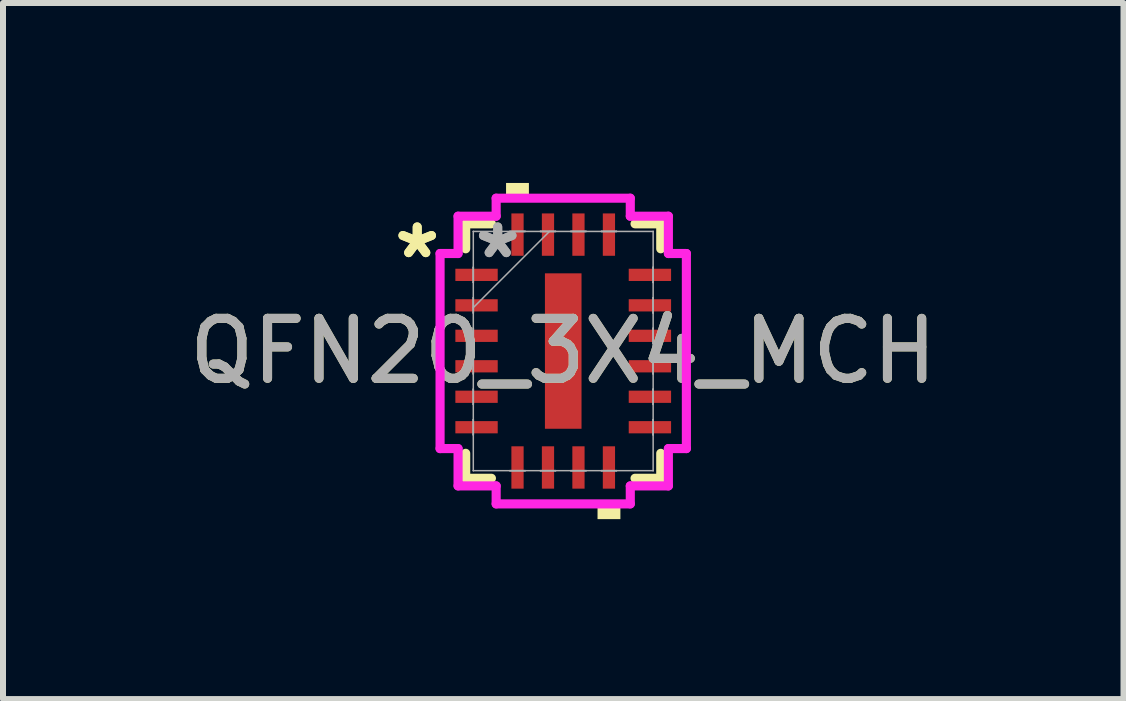
<source format=kicad_pcb>
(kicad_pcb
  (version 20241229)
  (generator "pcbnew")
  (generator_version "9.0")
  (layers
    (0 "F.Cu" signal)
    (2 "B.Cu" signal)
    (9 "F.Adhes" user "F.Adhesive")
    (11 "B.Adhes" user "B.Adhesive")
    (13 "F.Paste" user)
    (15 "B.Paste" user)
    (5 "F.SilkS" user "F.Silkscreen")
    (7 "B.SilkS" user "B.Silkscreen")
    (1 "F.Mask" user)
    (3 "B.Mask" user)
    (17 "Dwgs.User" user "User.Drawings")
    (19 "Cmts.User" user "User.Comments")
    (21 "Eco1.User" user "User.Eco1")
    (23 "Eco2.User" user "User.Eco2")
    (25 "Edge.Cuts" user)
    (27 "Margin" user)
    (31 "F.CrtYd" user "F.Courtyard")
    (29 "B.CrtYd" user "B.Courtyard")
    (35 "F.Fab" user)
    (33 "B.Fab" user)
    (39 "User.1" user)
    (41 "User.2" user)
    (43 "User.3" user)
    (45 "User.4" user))
  (footprint "QFN20_3X4_MCH"
    (layer "F.Cu")
    (at 6.339 2.802)
    (property "Reference" "QFN20_3X4_MCH" (at 0 0 0) (unlocked yes) (layer "F.SilkS") (effects (font (size 1 1) (thickness 0.15))))
    (attr smd)
    (fp_line (start -1.626 -2.121) (end -1.626 -1.705) (stroke (width 0.152) (type solid)) (layer "F.SilkS"))
    (fp_line (start -1.626 1.705) (end -1.626 2.121) (stroke (width 0.152) (type solid)) (layer "F.SilkS"))
    (fp_line (start -1.626 2.121) (end -1.197 2.121) (stroke (width 0.152) (type solid)) (layer "F.SilkS"))
    (fp_line (start -1.197 -2.121) (end -1.626 -2.121) (stroke (width 0.152) (type solid)) (layer "F.SilkS"))
    (fp_line (start 1.197 2.121) (end 1.626 2.121) (stroke (width 0.152) (type solid)) (layer "F.SilkS"))
    (fp_line (start 1.626 -2.121) (end 1.197 -2.121) (stroke (width 0.152) (type solid)) (layer "F.SilkS"))
    (fp_line (start 1.626 -1.705) (end 1.626 -2.121) (stroke (width 0.152) (type solid)) (layer "F.SilkS"))
    (fp_line (start 1.626 2.121) (end 1.626 1.705) (stroke (width 0.152) (type solid)) (layer "F.SilkS"))
    (fp_poly (pts (xy -0.953 -2.548) (xy -0.953 -2.802) (xy -0.572 -2.802) (xy -0.572 -2.548)) (stroke (width 0) (type solid)) (fill yes) (layer "F.SilkS"))
    (fp_poly (pts (xy 0.572 2.548) (xy 0.572 2.802) (xy 0.953 2.802) (xy 0.953 2.548)) (stroke (width 0) (type solid)) (fill yes) (layer "F.SilkS"))
    (fp_poly (pts (xy -0.205 -1.195) (xy -0.205 -0.1) (xy 0.205 -0.1) (xy 0.205 -1.195)) (stroke (width 0) (type solid)) (fill yes) (layer "F.Paste"))
    (fp_poly (pts (xy -0.205 0.1) (xy -0.205 1.195) (xy 0.205 1.195) (xy 0.205 0.1)) (stroke (width 0) (type solid)) (fill yes) (layer "F.Paste"))
    (fp_line (start -2.053 -1.626) (end -1.753 -1.626) (stroke (width 0.152) (type solid)) (layer "F.CrtYd"))
    (fp_line (start -2.053 1.626) (end -2.053 -1.626) (stroke (width 0.152) (type solid)) (layer "F.CrtYd"))
    (fp_line (start -1.753 -2.248) (end -1.118 -2.248) (stroke (width 0.152) (type solid)) (layer "F.CrtYd"))
    (fp_line (start -1.753 -1.626) (end -1.753 -2.248) (stroke (width 0.152) (type solid)) (layer "F.CrtYd"))
    (fp_line (start -1.753 1.626) (end -2.053 1.626) (stroke (width 0.152) (type solid)) (layer "F.CrtYd"))
    (fp_line (start -1.753 2.248) (end -1.753 1.626) (stroke (width 0.152) (type solid)) (layer "F.CrtYd"))
    (fp_line (start -1.118 -2.548) (end 1.118 -2.548) (stroke (width 0.152) (type solid)) (layer "F.CrtYd"))
    (fp_line (start -1.118 -2.248) (end -1.118 -2.548) (stroke (width 0.152) (type solid)) (layer "F.CrtYd"))
    (fp_line (start -1.118 2.248) (end -1.753 2.248) (stroke (width 0.152) (type solid)) (layer "F.CrtYd"))
    (fp_line (start -1.118 2.548) (end -1.118 2.248) (stroke (width 0.152) (type solid)) (layer "F.CrtYd"))
    (fp_line (start 1.118 -2.548) (end 1.118 -2.248) (stroke (width 0.152) (type solid)) (layer "F.CrtYd"))
    (fp_line (start 1.118 -2.248) (end 1.753 -2.248) (stroke (width 0.152) (type solid)) (layer "F.CrtYd"))
    (fp_line (start 1.118 2.248) (end 1.118 2.548) (stroke (width 0.152) (type solid)) (layer "F.CrtYd"))
    (fp_line (start 1.118 2.548) (end -1.118 2.548) (stroke (width 0.152) (type solid)) (layer "F.CrtYd"))
    (fp_line (start 1.753 -2.248) (end 1.753 -1.626) (stroke (width 0.152) (type solid)) (layer "F.CrtYd"))
    (fp_line (start 1.753 -1.626) (end 2.053 -1.626) (stroke (width 0.152) (type solid)) (layer "F.CrtYd"))
    (fp_line (start 1.753 1.626) (end 1.753 2.248) (stroke (width 0.152) (type solid)) (layer "F.CrtYd"))
    (fp_line (start 1.753 2.248) (end 1.118 2.248) (stroke (width 0.152) (type solid)) (layer "F.CrtYd"))
    (fp_line (start 2.053 -1.626) (end 2.053 1.626) (stroke (width 0.152) (type solid)) (layer "F.CrtYd"))
    (fp_line (start 2.053 1.626) (end 1.753 1.626) (stroke (width 0.152) (type solid)) (layer "F.CrtYd"))
    (fp_line (start -1.499 -1.994) (end -1.499 -1.994) (stroke (width 0.025) (type solid)) (layer "F.Fab"))
    (fp_line (start -1.499 -1.994) (end -1.499 1.994) (stroke (width 0.025) (type solid)) (layer "F.Fab"))
    (fp_line (start -1.499 -1.397) (end -1.499 -1.397) (stroke (width 0.025) (type solid)) (layer "F.Fab"))
    (fp_line (start -1.499 -1.397) (end -1.499 -1.143) (stroke (width 0.025) (type solid)) (layer "F.Fab"))
    (fp_line (start -1.499 -1.143) (end -1.499 -1.397) (stroke (width 0.025) (type solid)) (layer "F.Fab"))
    (fp_line (start -1.499 -1.143) (end -1.499 -1.143) (stroke (width 0.025) (type solid)) (layer "F.Fab"))
    (fp_line (start -1.499 -0.889) (end -1.499 -0.889) (stroke (width 0.025) (type solid)) (layer "F.Fab"))
    (fp_line (start -1.499 -0.889) (end -1.499 -0.635) (stroke (width 0.025) (type solid)) (layer "F.Fab"))
    (fp_line (start -1.499 -0.724) (end -0.229 -1.994) (stroke (width 0.025) (type solid)) (layer "F.Fab"))
    (fp_line (start -1.499 -0.635) (end -1.499 -0.889) (stroke (width 0.025) (type solid)) (layer "F.Fab"))
    (fp_line (start -1.499 -0.635) (end -1.499 -0.635) (stroke (width 0.025) (type solid)) (layer "F.Fab"))
    (fp_line (start -1.499 -0.381) (end -1.499 -0.381) (stroke (width 0.025) (type solid)) (layer "F.Fab"))
    (fp_line (start -1.499 -0.381) (end -1.499 -0.127) (stroke (width 0.025) (type solid)) (layer "F.Fab"))
    (fp_line (start -1.499 -0.127) (end -1.499 -0.381) (stroke (width 0.025) (type solid)) (layer "F.Fab"))
    (fp_line (start -1.499 -0.127) (end -1.499 -0.127) (stroke (width 0.025) (type solid)) (layer "F.Fab"))
    (fp_line (start -1.499 0.127) (end -1.499 0.127) (stroke (width 0.025) (type solid)) (layer "F.Fab"))
    (fp_line (start -1.499 0.127) (end -1.499 0.381) (stroke (width 0.025) (type solid)) (layer "F.Fab"))
    (fp_line (start -1.499 0.381) (end -1.499 0.127) (stroke (width 0.025) (type solid)) (layer "F.Fab"))
    (fp_line (start -1.499 0.381) (end -1.499 0.381) (stroke (width 0.025) (type solid)) (layer "F.Fab"))
    (fp_line (start -1.499 0.635) (end -1.499 0.635) (stroke (width 0.025) (type solid)) (layer "F.Fab"))
    (fp_line (start -1.499 0.635) (end -1.499 0.889) (stroke (width 0.025) (type solid)) (layer "F.Fab"))
    (fp_line (start -1.499 0.889) (end -1.499 0.635) (stroke (width 0.025) (type solid)) (layer "F.Fab"))
    (fp_line (start -1.499 0.889) (end -1.499 0.889) (stroke (width 0.025) (type solid)) (layer "F.Fab"))
    (fp_line (start -1.499 1.143) (end -1.499 1.143) (stroke (width 0.025) (type solid)) (layer "F.Fab"))
    (fp_line (start -1.499 1.143) (end -1.499 1.397) (stroke (width 0.025) (type solid)) (layer "F.Fab"))
    (fp_line (start -1.499 1.397) (end -1.499 1.143) (stroke (width 0.025) (type solid)) (layer "F.Fab"))
    (fp_line (start -1.499 1.397) (end -1.499 1.397) (stroke (width 0.025) (type solid)) (layer "F.Fab"))
    (fp_line (start -1.499 1.994) (end -1.499 1.994) (stroke (width 0.025) (type solid)) (layer "F.Fab"))
    (fp_line (start -1.499 1.994) (end 1.499 1.994) (stroke (width 0.025) (type solid)) (layer "F.Fab"))
    (fp_line (start -0.889 -1.994) (end -0.889 -1.994) (stroke (width 0.025) (type solid)) (layer "F.Fab"))
    (fp_line (start -0.889 -1.994) (end -0.635 -1.994) (stroke (width 0.025) (type solid)) (layer "F.Fab"))
    (fp_line (start -0.889 1.994) (end -0.889 1.994) (stroke (width 0.025) (type solid)) (layer "F.Fab"))
    (fp_line (start -0.889 1.994) (end -0.635 1.994) (stroke (width 0.025) (type solid)) (layer "F.Fab"))
    (fp_line (start -0.635 -1.994) (end -0.889 -1.994) (stroke (width 0.025) (type solid)) (layer "F.Fab"))
    (fp_line (start -0.635 -1.994) (end -0.635 -1.994) (stroke (width 0.025) (type solid)) (layer "F.Fab"))
    (fp_line (start -0.635 1.994) (end -0.889 1.994) (stroke (width 0.025) (type solid)) (layer "F.Fab"))
    (fp_line (start -0.635 1.994) (end -0.635 1.994) (stroke (width 0.025) (type solid)) (layer "F.Fab"))
    (fp_line (start -0.381 -1.994) (end -0.381 -1.994) (stroke (width 0.025) (type solid)) (layer "F.Fab"))
    (fp_line (start -0.381 -1.994) (end -0.127 -1.994) (stroke (width 0.025) (type solid)) (layer "F.Fab"))
    (fp_line (start -0.381 1.994) (end -0.381 1.994) (stroke (width 0.025) (type solid)) (layer "F.Fab"))
    (fp_line (start -0.381 1.994) (end -0.127 1.994) (stroke (width 0.025) (type solid)) (layer "F.Fab"))
    (fp_line (start -0.127 -1.994) (end -0.381 -1.994) (stroke (width 0.025) (type solid)) (layer "F.Fab"))
    (fp_line (start -0.127 -1.994) (end -0.127 -1.994) (stroke (width 0.025) (type solid)) (layer "F.Fab"))
    (fp_line (start -0.127 1.994) (end -0.381 1.994) (stroke (width 0.025) (type solid)) (layer "F.Fab"))
    (fp_line (start -0.127 1.994) (end -0.127 1.994) (stroke (width 0.025) (type solid)) (layer "F.Fab"))
    (fp_line (start 0.127 -1.994) (end 0.127 -1.994) (stroke (width 0.025) (type solid)) (layer "F.Fab"))
    (fp_line (start 0.127 -1.994) (end 0.381 -1.994) (stroke (width 0.025) (type solid)) (layer "F.Fab"))
    (fp_line (start 0.127 1.994) (end 0.127 1.994) (stroke (width 0.025) (type solid)) (layer "F.Fab"))
    (fp_line (start 0.127 1.994) (end 0.381 1.994) (stroke (width 0.025) (type solid)) (layer "F.Fab"))
    (fp_line (start 0.381 -1.994) (end 0.127 -1.994) (stroke (width 0.025) (type solid)) (layer "F.Fab"))
    (fp_line (start 0.381 -1.994) (end 0.381 -1.994) (stroke (width 0.025) (type solid)) (layer "F.Fab"))
    (fp_line (start 0.381 1.994) (end 0.127 1.994) (stroke (width 0.025) (type solid)) (layer "F.Fab"))
    (fp_line (start 0.381 1.994) (end 0.381 1.994) (stroke (width 0.025) (type solid)) (layer "F.Fab"))
    (fp_line (start 0.635 -1.994) (end 0.635 -1.994) (stroke (width 0.025) (type solid)) (layer "F.Fab"))
    (fp_line (start 0.635 -1.994) (end 0.889 -1.994) (stroke (width 0.025) (type solid)) (layer "F.Fab"))
    (fp_line (start 0.635 1.994) (end 0.635 1.994) (stroke (width 0.025) (type solid)) (layer "F.Fab"))
    (fp_line (start 0.635 1.994) (end 0.889 1.994) (stroke (width 0.025) (type solid)) (layer "F.Fab"))
    (fp_line (start 0.889 -1.994) (end 0.635 -1.994) (stroke (width 0.025) (type solid)) (layer "F.Fab"))
    (fp_line (start 0.889 -1.994) (end 0.889 -1.994) (stroke (width 0.025) (type solid)) (layer "F.Fab"))
    (fp_line (start 0.889 1.994) (end 0.635 1.994) (stroke (width 0.025) (type solid)) (layer "F.Fab"))
    (fp_line (start 0.889 1.994) (end 0.889 1.994) (stroke (width 0.025) (type solid)) (layer "F.Fab"))
    (fp_line (start 1.499 -1.994) (end -1.499 -1.994) (stroke (width 0.025) (type solid)) (layer "F.Fab"))
    (fp_line (start 1.499 -1.994) (end 1.499 -1.994) (stroke (width 0.025) (type solid)) (layer "F.Fab"))
    (fp_line (start 1.499 -1.397) (end 1.499 -1.397) (stroke (width 0.025) (type solid)) (layer "F.Fab"))
    (fp_line (start 1.499 -1.397) (end 1.499 -1.143) (stroke (width 0.025) (type solid)) (layer "F.Fab"))
    (fp_line (start 1.499 -1.143) (end 1.499 -1.397) (stroke (width 0.025) (type solid)) (layer "F.Fab"))
    (fp_line (start 1.499 -1.143) (end 1.499 -1.143) (stroke (width 0.025) (type solid)) (layer "F.Fab"))
    (fp_line (start 1.499 -0.889) (end 1.499 -0.889) (stroke (width 0.025) (type solid)) (layer "F.Fab"))
    (fp_line (start 1.499 -0.889) (end 1.499 -0.635) (stroke (width 0.025) (type solid)) (layer "F.Fab"))
    (fp_line (start 1.499 -0.635) (end 1.499 -0.889) (stroke (width 0.025) (type solid)) (layer "F.Fab"))
    (fp_line (start 1.499 -0.635) (end 1.499 -0.635) (stroke (width 0.025) (type solid)) (layer "F.Fab"))
    (fp_line (start 1.499 -0.381) (end 1.499 -0.381) (stroke (width 0.025) (type solid)) (layer "F.Fab"))
    (fp_line (start 1.499 -0.381) (end 1.499 -0.127) (stroke (width 0.025) (type solid)) (layer "F.Fab"))
    (fp_line (start 1.499 -0.127) (end 1.499 -0.381) (stroke (width 0.025) (type solid)) (layer "F.Fab"))
    (fp_line (start 1.499 -0.127) (end 1.499 -0.127) (stroke (width 0.025) (type solid)) (layer "F.Fab"))
    (fp_line (start 1.499 0.127) (end 1.499 0.127) (stroke (width 0.025) (type solid)) (layer "F.Fab"))
    (fp_line (start 1.499 0.127) (end 1.499 0.381) (stroke (width 0.025) (type solid)) (layer "F.Fab"))
    (fp_line (start 1.499 0.381) (end 1.499 0.127) (stroke (width 0.025) (type solid)) (layer "F.Fab"))
    (fp_line (start 1.499 0.381) (end 1.499 0.381) (stroke (width 0.025) (type solid)) (layer "F.Fab"))
    (fp_line (start 1.499 0.635) (end 1.499 0.635) (stroke (width 0.025) (type solid)) (layer "F.Fab"))
    (fp_line (start 1.499 0.635) (end 1.499 0.889) (stroke (width 0.025) (type solid)) (layer "F.Fab"))
    (fp_line (start 1.499 0.889) (end 1.499 0.635) (stroke (width 0.025) (type solid)) (layer "F.Fab"))
    (fp_line (start 1.499 0.889) (end 1.499 0.889) (stroke (width 0.025) (type solid)) (layer "F.Fab"))
    (fp_line (start 1.499 1.143) (end 1.499 1.143) (stroke (width 0.025) (type solid)) (layer "F.Fab"))
    (fp_line (start 1.499 1.143) (end 1.499 1.397) (stroke (width 0.025) (type solid)) (layer "F.Fab"))
    (fp_line (start 1.499 1.397) (end 1.499 1.143) (stroke (width 0.025) (type solid)) (layer "F.Fab"))
    (fp_line (start 1.499 1.397) (end 1.499 1.397) (stroke (width 0.025) (type solid)) (layer "F.Fab"))
    (fp_line (start 1.499 1.994) (end 1.499 -1.994) (stroke (width 0.025) (type solid)) (layer "F.Fab"))
    (fp_line (start 1.499 1.994) (end 1.499 1.994) (stroke (width 0.025) (type solid)) (layer "F.Fab"))
    (fp_text user "*" (at -2.434 -1.524 0) (layer "F.SilkS") (effects (font (size 1 1) (thickness 0.15))))
    (fp_text user "*" (at -2.434 -1.524 0) (unlocked yes) (layer "F.SilkS") (effects (font (size 1 1) (thickness 0.15))))
    (fp_text user "*" (at -1.092 -1.524 0) (layer "F.Fab") (effects (font (size 1 1) (thickness 0.15))))
    (fp_text user "${REFERENCE}" (at 0 0 0) (unlocked yes) (layer "F.Fab") (effects (font (size 1 1) (thickness 0.15))))
    (fp_text user "*" (at -1.092 -1.524 0) (unlocked yes) (layer "F.Fab") (effects (font (size 1 1) (thickness 0.15))))
    (pad "1" smd rect (at -1.445 -1.27 90) (size 0.204 0.706) (layers "F.Cu" "F.Mask" "F.Paste"))
    (pad "2" smd rect (at -1.445 -0.762 90) (size 0.204 0.706) (layers "F.Cu" "F.Mask" "F.Paste"))
    (pad "3" smd rect (at -1.445 -0.254 90) (size 0.204 0.706) (layers "F.Cu" "F.Mask" "F.Paste"))
    (pad "4" smd rect (at -1.445 0.254 90) (size 0.204 0.706) (layers "F.Cu" "F.Mask" "F.Paste"))
    (pad "5" smd rect (at -1.445 0.762 90) (size 0.204 0.706) (layers "F.Cu" "F.Mask" "F.Paste"))
    (pad "6" smd rect (at -1.445 1.27 90) (size 0.204 0.706) (layers "F.Cu" "F.Mask" "F.Paste"))
    (pad "7" smd rect (at -0.762 1.941) (size 0.204 0.706) (layers "F.Cu" "F.Mask" "F.Paste"))
    (pad "8" smd rect (at -0.254 1.941) (size 0.204 0.706) (layers "F.Cu" "F.Mask" "F.Paste"))
    (pad "9" smd rect (at 0.254 1.941) (size 0.204 0.706) (layers "F.Cu" "F.Mask" "F.Paste"))
    (pad "10" smd rect (at 0.762 1.941) (size 0.204 0.706) (layers "F.Cu" "F.Mask" "F.Paste"))
    (pad "11" smd rect (at 1.445 1.27 90) (size 0.204 0.706) (layers "F.Cu" "F.Mask" "F.Paste"))
    (pad "12" smd rect (at 1.445 0.762 90) (size 0.204 0.706) (layers "F.Cu" "F.Mask" "F.Paste"))
    (pad "13" smd rect (at 1.445 0.254 90) (size 0.204 0.706) (layers "F.Cu" "F.Mask" "F.Paste"))
    (pad "14" smd rect (at 1.445 -0.254 90) (size 0.204 0.706) (layers "F.Cu" "F.Mask" "F.Paste"))
    (pad "15" smd rect (at 1.445 -0.762 90) (size 0.204 0.706) (layers "F.Cu" "F.Mask" "F.Paste"))
    (pad "16" smd rect (at 1.445 -1.27 90) (size 0.204 0.706) (layers "F.Cu" "F.Mask" "F.Paste"))
    (pad "17" smd rect (at 0.762 -1.941) (size 0.204 0.706) (layers "F.Cu" "F.Mask" "F.Paste"))
    (pad "18" smd rect (at 0.254 -1.941) (size 0.204 0.706) (layers "F.Cu" "F.Mask" "F.Paste"))
    (pad "19" smd rect (at -0.254 -1.941) (size 0.204 0.706) (layers "F.Cu" "F.Mask" "F.Paste"))
    (pad "20" smd rect (at -0.762 -1.941) (size 0.204 0.706) (layers "F.Cu" "F.Mask" "F.Paste"))
    (pad "21" smd rect (at 0 0) (size 0.61 2.591) (layers "F.Cu" "F.Mask" "F.Paste")))
  (gr_rect
    (start -3 -3)
    (end 15.679 8.604)
    (stroke (width 0.1) (type default))
    (fill no)
    (layer "Edge.Cuts")))
</source>
